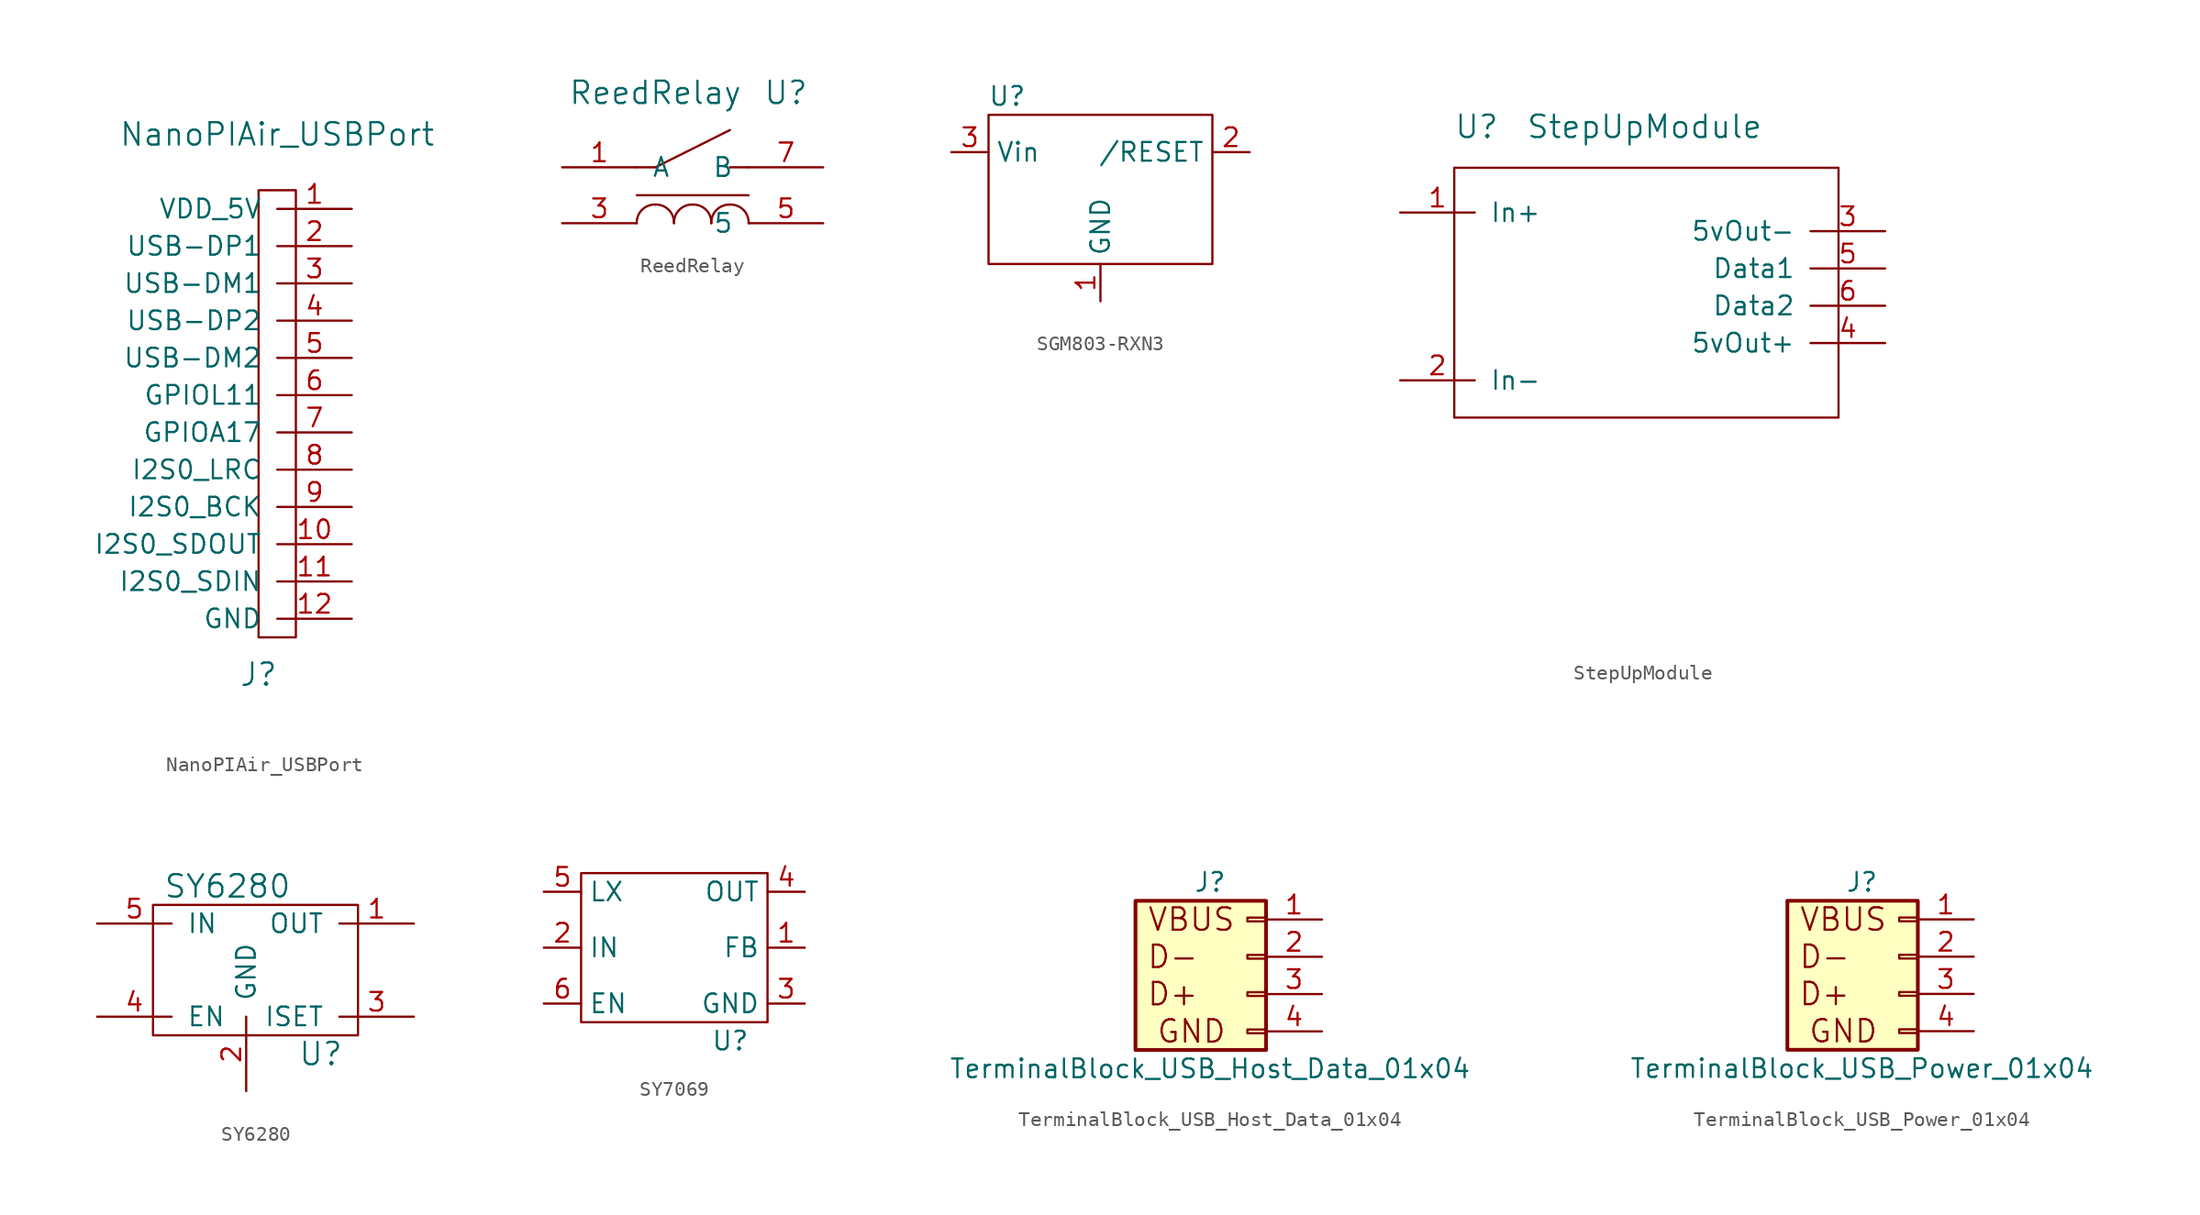
<source format=kicad_sym>
(kicad_symbol_lib
  (version 20220914)
  (generator kicad_symbol_editor)
  (symbol "NanoPIAir_USBPort"
    (pin_names
      (offset 1.016))
    (property "Reference" "J"
      (at 0 -17.78 0)
      (effects (font (size 1.524 1.524))))
    (property "Value" "NanoPIAir_USBPort"
      (at 1.27 19.05 0)
      (effects (font (size 1.524 1.524))))
    (symbol "NanoPIAir_USBPort_0_1"
      (rectangle (start 0 -15.24) (end 2.54 15.24) (stroke (width 0) (type default)) (fill (type none))))
    (symbol "NanoPIAir_USBPort_1_1"
      (pin power_out line (at 6.35 13.97 180) (length 5.08) (name "VDD_5V" (effects (font (size 1.27 1.27)))) (number "1" (effects (font (size 1.27 1.27)))))
      (pin output line (at 6.35 -8.89 180) (length 5.08) (name "I2S0_SDOUT" (effects (font (size 1.27 1.27)))) (number "10" (effects (font (size 1.27 1.27)))))
      (pin input line (at 6.35 -11.43 180) (length 5.08) (name "I2S0_SDIN" (effects (font (size 1.27 1.27)))) (number "11" (effects (font (size 1.27 1.27)))))
      (pin output line (at 6.35 -13.97 180) (length 5.08) (name "GND" (effects (font (size 1.27 1.27)))) (number "12" (effects (font (size 1.27 1.27)))))
      (pin bidirectional line (at 6.35 11.43 180) (length 5.08) (name "USB-DP1" (effects (font (size 1.27 1.27)))) (number "2" (effects (font (size 1.27 1.27)))))
      (pin bidirectional line (at 6.35 8.89 180) (length 5.08) (name "USB-DM1" (effects (font (size 1.27 1.27)))) (number "3" (effects (font (size 1.27 1.27)))))
      (pin bidirectional line (at 6.35 6.35 180) (length 5.08) (name "USB-DP2" (effects (font (size 1.27 1.27)))) (number "4" (effects (font (size 1.27 1.27)))))
      (pin bidirectional line (at 6.35 3.81 180) (length 5.08) (name "USB-DM2" (effects (font (size 1.27 1.27)))) (number "5" (effects (font (size 1.27 1.27)))))
      (pin bidirectional line (at 6.35 1.27 180) (length 5.08) (name "GPIOL11" (effects (font (size 1.27 1.27)))) (number "6" (effects (font (size 1.27 1.27)))))
      (pin bidirectional line (at 6.35 -1.27 180) (length 5.08) (name "GPIOA17" (effects (font (size 1.27 1.27)))) (number "7" (effects (font (size 1.27 1.27)))))
      (pin bidirectional line (at 6.35 -3.81 180) (length 5.08) (name "I2S0_LRC" (effects (font (size 1.27 1.27)))) (number "8" (effects (font (size 1.27 1.27)))))
      (pin bidirectional line (at 6.35 -6.35 180) (length 5.08) (name "I2S0_BCK" (effects (font (size 1.27 1.27)))) (number "9" (effects (font (size 1.27 1.27)))))))
  (symbol "ReedRelay"
    (pin_names
      (offset 1.016))
    (property "Reference" "U"
      (at 7.62 3.81 0)
      (effects (font (size 1.524 1.524))))
    (property "Value" "ReedRelay"
      (at -1.27 3.81 0)
      (effects (font (size 1.524 1.524))))
    (property "Footprint" ""
      (at -1.27 2.54 0)
      (effects (font (size 1.524 1.524))))
    (property "Datasheet" ""
      (at -1.27 2.54 0)
      (effects (font (size 1.524 1.524))))
    (symbol "ReedRelay_0_1"
      (arc (start -1.27 -3.81) (mid -2.1846 -4.1729) (end -2.54 -5.08) (stroke (width 0) (type default)) (fill (type none)))
      (arc (start 0 -5.08) (mid -0.3629 -4.1654) (end -1.27 -3.81) (stroke (width 0) (type default)) (fill (type none)))
      (polyline (pts (xy -2.54 -3.175) (xy 5.08 -3.175)) (stroke (width 0) (type default)) (fill (type none)))
      (polyline (pts (xy -2.54 -1.27) (xy -1.27 -1.27)) (stroke (width 0) (type default)) (fill (type none)))
      (polyline (pts (xy -1.27 -1.27) (xy 3.81 1.27)) (stroke (width 0) (type default)) (fill (type none)))
      (polyline (pts (xy 5.08 -1.27) (xy 3.81 -1.27)) (stroke (width 0) (type default)) (fill (type none)))
      (arc (start 1.27 -3.81) (mid 0.3554 -4.1729) (end 0 -5.08) (stroke (width 0) (type default)) (fill (type none)))
      (arc (start 2.54 -5.08) (mid 2.1771 -4.1654) (end 1.27 -3.81) (stroke (width 0) (type default)) (fill (type none)))
      (arc (start 3.81 -3.81) (mid 2.8954 -4.1729) (end 2.54 -5.08) (stroke (width 0) (type default)) (fill (type none)))
      (arc (start 5.08 -5.08) (mid 4.7171 -4.1654) (end 3.81 -3.81) (stroke (width 0) (type default)) (fill (type none))))
    (symbol "ReedRelay_1_1"
      (pin input line (at -7.62 -1.27 0) (length 5.08) (name "A" (effects (font (size 1.27 1.27)))) (number "1" (effects (font (size 1.27 1.27)))))
      (pin input line (at -7.62 -5.08 0) (length 5.08) (name "~" (effects (font (size 1.27 1.27)))) (number "3" (effects (font (size 1.27 1.27)))))
      (pin input line (at 10.16 -5.08 180) (length 5.08) (name "5" (effects (font (size 1.27 1.27)))) (number "5" (effects (font (size 1.27 1.27)))))
      (pin input line (at 10.16 -1.27 180) (length 5.08) (name "B" (effects (font (size 1.27 1.27)))) (number "7" (effects (font (size 1.27 1.27)))))))
  (symbol "SGM803-RXN3"
    (property "Reference" "U"
      (at -7.62 7.62 0)
      (effects (font (size 1.27 1.27))))
    (property "Value" ""
      (at 0 0 0)
      (effects (font (size 1.27 1.27))))
    (symbol "SGM803-RXN3_0_1"
      (rectangle (start -8.89 6.35) (end 6.35 -3.81) (stroke (width 0) (type default)) (fill (type none))))
    (symbol "SGM803-RXN3_1_1"
      (pin power_in line (at -1.27 -6.35 90) (length 2.54) (name "GND" (effects (font (size 1.27 1.27)))) (number "1" (effects (font (size 1.27 1.27)))))
      (pin input line (at 8.89 3.81 180) (length 2.54) (name "/RESET" (effects (font (size 1.27 1.27)))) (number "2" (effects (font (size 1.27 1.27)))))
      (pin power_in line (at -11.43 3.81 0) (length 2.54) (name "Vin" (effects (font (size 1.27 1.27)))) (number "3" (effects (font (size 1.27 1.27)))))))
  (symbol "StepUpModule"
    (pin_names
      (offset 1.016))
    (property "Reference" "U"
      (at 1.397 19.812 0)
      (effects (font (size 1.524 1.524))))
    (property "Value" "StepUpModule"
      (at 12.827 19.812 0)
      (effects (font (size 1.524 1.524))))
    (property "Footprint" ""
      (at 8.89 -12.7 0)
      (effects (font (size 1.524 1.524))))
    (property "Datasheet" ""
      (at 8.89 -12.7 0)
      (effects (font (size 1.524 1.524))))
    (symbol "StepUpModule_0_1"
      (rectangle (start 26.035 0) (end -0.127 17.018) (stroke (width 0) (type default)) (fill (type none))))
    (symbol "StepUpModule_1_1"
      (pin input line (at -3.81 13.97 0) (length 5.08) (name "In+" (effects (font (size 1.27 1.27)))) (number "1" (effects (font (size 1.27 1.27)))))
      (pin input line (at -3.81 2.54 0) (length 5.08) (name "In-" (effects (font (size 1.27 1.27)))) (number "2" (effects (font (size 1.27 1.27)))))
      (pin input line (at 29.21 12.7 180) (length 5.08) (name "5vOut-" (effects (font (size 1.27 1.27)))) (number "3" (effects (font (size 1.27 1.27)))))
      (pin input line (at 29.21 5.08 180) (length 5.08) (name "5vOut+" (effects (font (size 1.27 1.27)))) (number "4" (effects (font (size 1.27 1.27)))))
      (pin input line (at 29.21 10.16 180) (length 5.08) (name "Data1" (effects (font (size 1.27 1.27)))) (number "5" (effects (font (size 1.27 1.27)))))
      (pin input line (at 29.21 7.62 180) (length 5.08) (name "Data2" (effects (font (size 1.27 1.27)))) (number "6" (effects (font (size 1.27 1.27)))))))
  (symbol "SY6280"
    (pin_names
      (offset 1.016))
    (property "Reference" "U"
      (at 5.08 -6.35 0)
      (effects (font (size 1.524 1.524))))
    (property "Value" "SY6280"
      (at -1.27 5.08 0)
      (effects (font (size 1.524 1.524))))
    (symbol "SY6280_0_1"
      (rectangle (start -6.35 3.81) (end 7.62 -5.08) (stroke (width 0) (type default)) (fill (type none))))
    (symbol "SY6280_1_1"
      (pin power_out line (at 11.43 2.54 180) (length 5.08) (name "OUT" (effects (font (size 1.27 1.27)))) (number "1" (effects (font (size 1.27 1.27)))))
      (pin power_in line (at 0 -8.89 90) (length 5.08) (name "GND" (effects (font (size 1.27 1.27)))) (number "2" (effects (font (size 1.27 1.27)))))
      (pin input line (at 11.43 -3.81 180) (length 5.08) (name "ISET" (effects (font (size 1.27 1.27)))) (number "3" (effects (font (size 1.27 1.27)))))
      (pin input line (at -10.16 -3.81 0) (length 5.08) (name "EN" (effects (font (size 1.27 1.27)))) (number "4" (effects (font (size 1.27 1.27)))))
      (pin power_in line (at -10.16 2.54 0) (length 5.08) (name "IN" (effects (font (size 1.27 1.27)))) (number "5" (effects (font (size 1.27 1.27)))))))
  (symbol "SY7069"
    (property "Reference" "U"
      (at 3.81 -6.35 0)
      (effects (font (size 1.27 1.27))))
    (property "Value" ""
      (at -2.54 1.27 0)
      (effects (font (size 1.27 1.27))))
    (symbol "SY7069_0_1"
      (rectangle (start -6.35 5.08) (end 6.35 -5.08) (stroke (width 0) (type default)) (fill (type none))))
    (symbol "SY7069_1_1"
      (pin input line (at 8.89 0 180) (length 2.54) (name "FB" (effects (font (size 1.27 1.27)))) (number "1" (effects (font (size 1.27 1.27)))))
      (pin input line (at -8.89 0 0) (length 2.54) (name "IN" (effects (font (size 1.27 1.27)))) (number "2" (effects (font (size 1.27 1.27)))))
      (pin input line (at 8.89 -3.81 180) (length 2.54) (name "GND" (effects (font (size 1.27 1.27)))) (number "3" (effects (font (size 1.27 1.27)))))
      (pin power_out line (at 8.89 3.81 180) (length 2.54) (name "OUT" (effects (font (size 1.27 1.27)))) (number "4" (effects (font (size 1.27 1.27)))))
      (pin input line (at -8.89 3.81 0) (length 2.54) (name "LX" (effects (font (size 1.27 1.27)))) (number "5" (effects (font (size 1.27 1.27)))))
      (pin input line (at -8.89 -3.81 0) (length 2.54) (name "EN" (effects (font (size 1.27 1.27)))) (number "6" (effects (font (size 1.27 1.27)))))))
  (symbol "TerminalBlock_USB_Host_Data_01x04"
    (pin_names
      (offset 1.016) hide)
    (property "Reference" "J"
      (at 0 5.08 0)
      (effects (font (size 1.27 1.27))))
    (property "Value" "TerminalBlock_USB_Host_Data_01x04"
      (at 0 -7.62 0)
      (effects (font (size 1.27 1.27))))
    (symbol "TerminalBlock_USB_Host_Data_01x04_0_0"
      (text "D+" (at -2.54 -2.54 0) (effects (font (size 1.524 1.524))))
      (text "D-" (at -2.54 0 0) (effects (font (size 1.524 1.524))))
      (text "GND" (at -1.27 -5.08 0) (effects (font (size 1.524 1.524))))
      (text "VBUS" (at -1.27 2.54 0) (effects (font (size 1.524 1.524)))))
    (symbol "TerminalBlock_USB_Host_Data_01x04_1_1"
      (rectangle (start 3.81 -4.953) (end 2.54 -5.207) (stroke (width 0.152) (type default)) (fill (type none)))
      (rectangle (start 3.81 -2.413) (end 2.54 -2.667) (stroke (width 0.152) (type default)) (fill (type none)))
      (rectangle (start 3.81 0.127) (end 2.54 -0.127) (stroke (width 0.152) (type default)) (fill (type none)))
      (rectangle (start 3.81 2.667) (end 2.54 2.413) (stroke (width 0.152) (type default)) (fill (type none)))
      (rectangle (start 3.81 3.81) (end -5.08 -6.35) (stroke (width 0.254) (type default)) (fill (type background)))
      (pin passive line (at 7.62 2.54 180) (length 3.81) (name "Pin_1" (effects (font (size 1.27 1.27)))) (number "1" (effects (font (size 1.27 1.27)))))
      (pin passive line (at 7.62 0 180) (length 3.81) (name "Pin_2" (effects (font (size 1.27 1.27)))) (number "2" (effects (font (size 1.27 1.27)))))
      (pin passive line (at 7.62 -2.54 180) (length 3.81) (name "Pin_3" (effects (font (size 1.27 1.27)))) (number "3" (effects (font (size 1.27 1.27)))))
      (pin passive line (at 7.62 -5.08 180) (length 3.81) (name "Pin_4" (effects (font (size 1.27 1.27)))) (number "4" (effects (font (size 1.27 1.27)))))))
  (symbol "TerminalBlock_USB_Power_01x04"
    (pin_names
      (offset 1.016) hide)
    (property "Reference" "J"
      (at 0 5.08 0)
      (effects (font (size 1.27 1.27))))
    (property "Value" "TerminalBlock_USB_Power_01x04"
      (at 0 -7.62 0)
      (effects (font (size 1.27 1.27))))
    (symbol "TerminalBlock_USB_Power_01x04_0_0"
      (text "D+" (at -2.54 -2.54 0) (effects (font (size 1.524 1.524))))
      (text "D-" (at -2.54 0 0) (effects (font (size 1.524 1.524))))
      (text "GND" (at -1.27 -5.08 0) (effects (font (size 1.524 1.524))))
      (text "VBUS" (at -1.27 2.54 0) (effects (font (size 1.524 1.524)))))
    (symbol "TerminalBlock_USB_Power_01x04_1_1"
      (rectangle (start 3.81 -4.953) (end 2.54 -5.207) (stroke (width 0.152) (type default)) (fill (type none)))
      (rectangle (start 3.81 -2.413) (end 2.54 -2.667) (stroke (width 0.152) (type default)) (fill (type none)))
      (rectangle (start 3.81 0.127) (end 2.54 -0.127) (stroke (width 0.152) (type default)) (fill (type none)))
      (rectangle (start 3.81 2.667) (end 2.54 2.413) (stroke (width 0.152) (type default)) (fill (type none)))
      (rectangle (start 3.81 3.81) (end -5.08 -6.35) (stroke (width 0.254) (type default)) (fill (type background)))
      (pin power_out line (at 7.62 2.54 180) (length 3.81) (name "Pin_1" (effects (font (size 1.27 1.27)))) (number "1" (effects (font (size 1.27 1.27)))))
      (pin passive line (at 7.62 0 180) (length 3.81) (name "Pin_2" (effects (font (size 1.27 1.27)))) (number "2" (effects (font (size 1.27 1.27)))))
      (pin passive line (at 7.62 -2.54 180) (length 3.81) (name "Pin_3" (effects (font (size 1.27 1.27)))) (number "3" (effects (font (size 1.27 1.27)))))
      (pin power_in line (at 7.62 -5.08 180) (length 3.81) (name "Pin_4" (effects (font (size 1.27 1.27)))) (number "4" (effects (font (size 1.27 1.27))))))))
</source>
